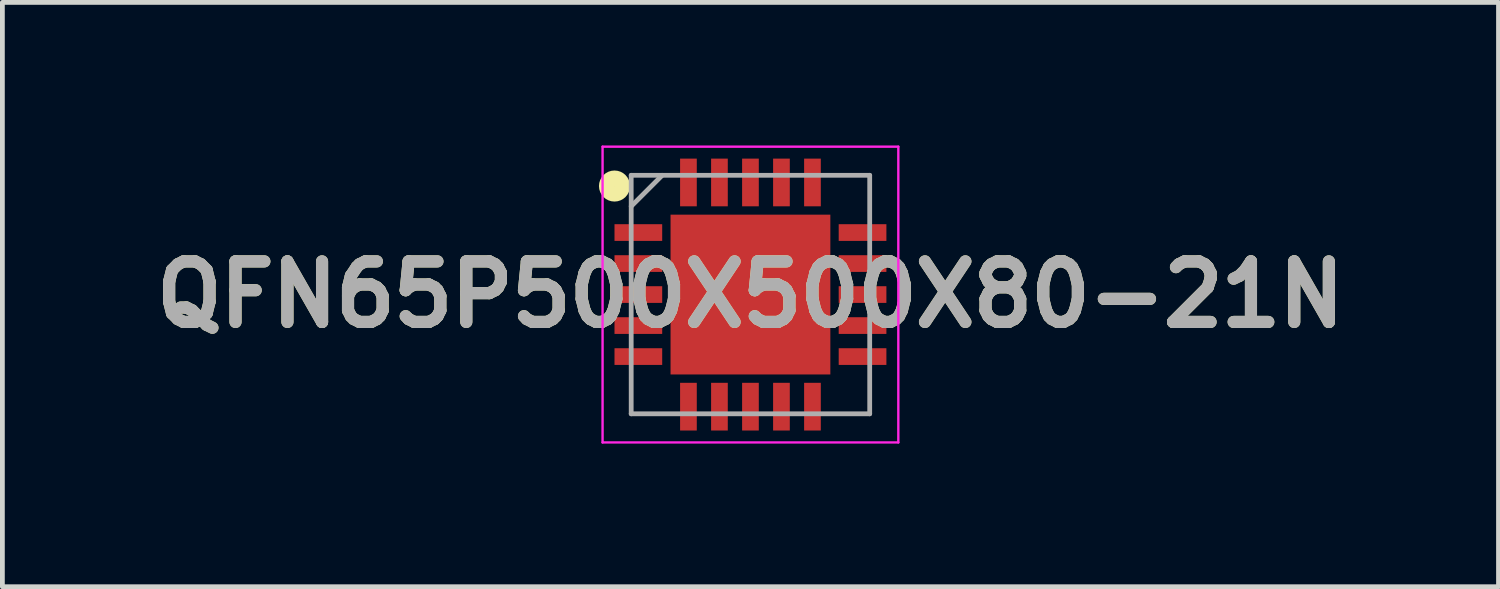
<source format=kicad_pcb>
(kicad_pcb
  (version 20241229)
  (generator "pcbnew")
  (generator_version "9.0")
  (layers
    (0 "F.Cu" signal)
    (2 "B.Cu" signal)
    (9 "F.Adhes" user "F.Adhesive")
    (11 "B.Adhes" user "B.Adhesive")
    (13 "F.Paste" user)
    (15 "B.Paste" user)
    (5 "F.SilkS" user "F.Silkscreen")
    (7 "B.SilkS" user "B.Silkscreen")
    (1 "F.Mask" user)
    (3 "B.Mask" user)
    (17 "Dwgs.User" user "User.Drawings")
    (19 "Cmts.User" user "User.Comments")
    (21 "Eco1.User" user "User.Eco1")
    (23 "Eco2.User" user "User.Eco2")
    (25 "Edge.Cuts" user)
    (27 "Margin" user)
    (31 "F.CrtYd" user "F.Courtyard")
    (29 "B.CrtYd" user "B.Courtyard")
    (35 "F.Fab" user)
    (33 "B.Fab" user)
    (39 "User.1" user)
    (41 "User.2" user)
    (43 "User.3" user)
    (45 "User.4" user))
  (footprint "QFN65P500X500X80-21N"
    (layer "F.Cu")
    (at 12.682 3.125)
    (property "Reference" "QFN65P500X500X80-21N" (at 0 0 0) (layer "F.SilkS") (effects (font (size 1.27 1.27) (thickness 0.254))))
    (attr smd)
    (fp_circle (center -2.85 -2.275) (end -2.85 -2.112) (stroke (width 0.325) (type solid)) (fill no) (layer "F.SilkS"))
    (fp_line (start -3.1 -3.1) (end 3.1 -3.1) (stroke (width 0.05) (type solid)) (layer "F.CrtYd"))
    (fp_line (start -3.1 3.1) (end -3.1 -3.1) (stroke (width 0.05) (type solid)) (layer "F.CrtYd"))
    (fp_line (start 3.1 -3.1) (end 3.1 3.1) (stroke (width 0.05) (type solid)) (layer "F.CrtYd"))
    (fp_line (start 3.1 3.1) (end -3.1 3.1) (stroke (width 0.05) (type solid)) (layer "F.CrtYd"))
    (fp_line (start -2.5 -2.5) (end 2.5 -2.5) (stroke (width 0.1) (type solid)) (layer "F.Fab"))
    (fp_line (start -2.5 -1.85) (end -1.85 -2.5) (stroke (width 0.1) (type solid)) (layer "F.Fab"))
    (fp_line (start -2.5 2.5) (end -2.5 -2.5) (stroke (width 0.1) (type solid)) (layer "F.Fab"))
    (fp_line (start 2.5 -2.5) (end 2.5 2.5) (stroke (width 0.1) (type solid)) (layer "F.Fab"))
    (fp_line (start 2.5 2.5) (end -2.5 2.5) (stroke (width 0.1) (type solid)) (layer "F.Fab"))
    (fp_text user "${REFERENCE}" (at 0 0 0) (layer "F.Fab") (effects (font (size 1.27 1.27) (thickness 0.254))))
    (pad "1" smd rect (at -2.35 -1.3 90) (size 0.35 1) (layers "F.Cu" "F.Mask" "F.Paste"))
    (pad "2" smd rect (at -2.35 -0.65 90) (size 0.35 1) (layers "F.Cu" "F.Mask" "F.Paste"))
    (pad "3" smd rect (at -2.35 0 90) (size 0.35 1) (layers "F.Cu" "F.Mask" "F.Paste"))
    (pad "4" smd rect (at -2.35 0.65 90) (size 0.35 1) (layers "F.Cu" "F.Mask" "F.Paste"))
    (pad "5" smd rect (at -2.35 1.3 90) (size 0.35 1) (layers "F.Cu" "F.Mask" "F.Paste"))
    (pad "6" smd rect (at -1.3 2.35) (size 0.35 1) (layers "F.Cu" "F.Mask" "F.Paste"))
    (pad "7" smd rect (at -0.65 2.35) (size 0.35 1) (layers "F.Cu" "F.Mask" "F.Paste"))
    (pad "8" smd rect (at 0 2.35) (size 0.35 1) (layers "F.Cu" "F.Mask" "F.Paste"))
    (pad "9" smd rect (at 0.65 2.35) (size 0.35 1) (layers "F.Cu" "F.Mask" "F.Paste"))
    (pad "10" smd rect (at 1.3 2.35) (size 0.35 1) (layers "F.Cu" "F.Mask" "F.Paste"))
    (pad "11" smd rect (at 2.35 1.3 90) (size 0.35 1) (layers "F.Cu" "F.Mask" "F.Paste"))
    (pad "12" smd rect (at 2.35 0.65 90) (size 0.35 1) (layers "F.Cu" "F.Mask" "F.Paste"))
    (pad "13" smd rect (at 2.35 0 90) (size 0.35 1) (layers "F.Cu" "F.Mask" "F.Paste"))
    (pad "14" smd rect (at 2.35 -0.65 90) (size 0.35 1) (layers "F.Cu" "F.Mask" "F.Paste"))
    (pad "15" smd rect (at 2.35 -1.3 90) (size 0.35 1) (layers "F.Cu" "F.Mask" "F.Paste"))
    (pad "16" smd rect (at 1.3 -2.35) (size 0.35 1) (layers "F.Cu" "F.Mask" "F.Paste"))
    (pad "17" smd rect (at 0.65 -2.35) (size 0.35 1) (layers "F.Cu" "F.Mask" "F.Paste"))
    (pad "18" smd rect (at 0 -2.35) (size 0.35 1) (layers "F.Cu" "F.Mask" "F.Paste"))
    (pad "19" smd rect (at -0.65 -2.35) (size 0.35 1) (layers "F.Cu" "F.Mask" "F.Paste"))
    (pad "20" smd rect (at -1.3 -2.35) (size 0.35 1) (layers "F.Cu" "F.Mask" "F.Paste"))
    (pad "21" smd rect (at 0 0) (size 3.35 3.35) (layers "F.Cu" "F.Mask" "F.Paste")))
  (gr_rect
    (start -3 -3)
    (end 28.364 9.25)
    (stroke (width 0.1) (type default))
    (fill no)
    (layer "Edge.Cuts")))
</source>
